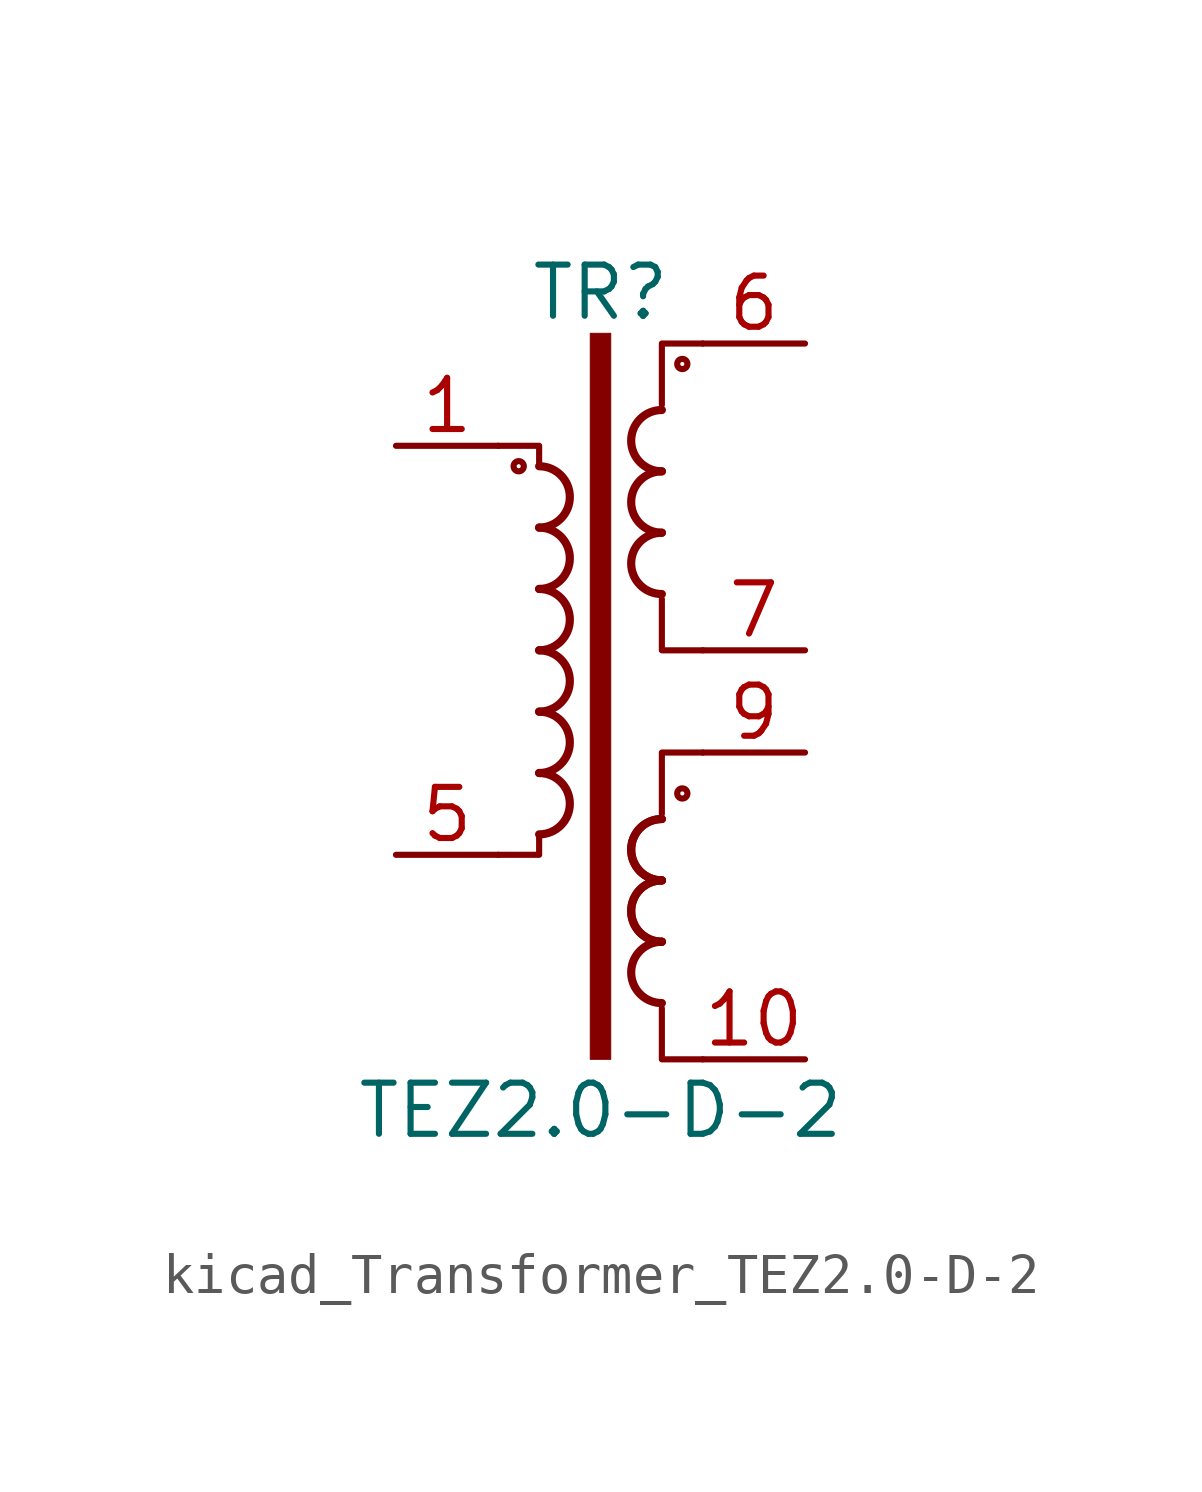
<source format=kicad_sym>
(kicad_symbol_lib
  (version 20220914)
  (generator kicad_symbol_editor)
  (symbol "kicad_Transformer_TEZ2.0-D-2"
    (pin_names
      (offset 0.025))
    (property "Reference" "TR"
      (at 0 8.89 0)
      (effects (font (size 1.27 1.27))))
    (property "Value" "TEZ2.0-D-2"
      (at 0 -11.43 0)
      (effects (font (size 1.27 1.27))))
    (symbol "kicad_Transformer_TEZ2.0-D-2_0_1"
      (circle (center -2.032 4.572) (radius 0.127) (stroke (width 0) (type default)) (fill (type none)))
      (arc (start -1.524 -4.572) (mid -0.7653 -3.81) (end -1.524 -3.048) (stroke (width 0.2032) (type default)) (fill (type none)))
      (arc (start -1.524 -3.048) (mid -0.7653 -2.286) (end -1.524 -1.524) (stroke (width 0.2032) (type default)) (fill (type none)))
      (arc (start -1.524 -1.524) (mid -0.7653 -0.762) (end -1.524 0) (stroke (width 0.2032) (type default)) (fill (type none)))
      (arc (start -1.524 0) (mid -0.7653 0.762) (end -1.524 1.524) (stroke (width 0.2032) (type default)) (fill (type none)))
      (arc (start -1.524 1.524) (mid -0.7653 2.286) (end -1.524 3.048) (stroke (width 0.2032) (type default)) (fill (type none)))
      (arc (start -1.524 3.048) (mid -0.7653 3.81) (end -1.524 4.572) (stroke (width 0.2032) (type default)) (fill (type none)))
      (rectangle (start -0.254 7.874) (end 0.254 -10.16) (stroke (width 0.025) (type default)) (fill (type outline)))
      (polyline (pts (xy -1.524 -4.572) (xy -1.524 -5.08) (xy -2.54 -5.08)) (stroke (width 0) (type default)) (fill (type none)))
      (polyline (pts (xy -1.524 4.572) (xy -1.524 5.08) (xy -2.54 5.08)) (stroke (width 0) (type default)) (fill (type none)))
      (polyline (pts (xy 1.524 -8.89) (xy 1.524 -10.16) (xy 2.54 -10.16)) (stroke (width 0) (type default)) (fill (type none)))
      (polyline (pts (xy 2.54 -2.54) (xy 1.524 -2.54) (xy 1.524 -4.064)) (stroke (width 0) (type default)) (fill (type none)))
      (polyline (pts (xy 2.54 0) (xy 1.524 0) (xy 1.524 1.27)) (stroke (width 0) (type default)) (fill (type none)))
      (polyline (pts (xy 2.54 7.62) (xy 1.524 7.62) (xy 1.524 6.096)) (stroke (width 0) (type default)) (fill (type none)))
      (arc (start 1.524 -7.239) (mid 0.7653 -8.001) (end 1.524 -8.763) (stroke (width 0.2032) (type default)) (fill (type none)))
      (arc (start 1.524 -5.715) (mid 0.7653 -6.477) (end 1.524 -7.239) (stroke (width 0.2032) (type default)) (fill (type none)))
      (arc (start 1.524 -5.715) (mid 0.7653 -6.477) (end 1.524 -7.239) (stroke (width 0.2032) (type default)) (fill (type none)))
      (arc (start 1.524 -4.191) (mid 0.7653 -4.953) (end 1.524 -5.715) (stroke (width 0.2032) (type default)) (fill (type none)))
      (arc (start 1.524 -4.191) (mid 0.7653 -4.953) (end 1.524 -5.715) (stroke (width 0.2032) (type default)) (fill (type none)))
      (arc (start 1.524 2.921) (mid 0.7653 2.159) (end 1.524 1.397) (stroke (width 0.2032) (type default)) (fill (type none)))
      (arc (start 1.524 4.445) (mid 0.7653 3.683) (end 1.524 2.921) (stroke (width 0.2032) (type default)) (fill (type none)))
      (arc (start 1.524 5.969) (mid 0.7653 5.207) (end 1.524 4.445) (stroke (width 0.2032) (type default)) (fill (type none)))
      (circle (center 2.032 -3.556) (radius 0.127) (stroke (width 0) (type default)) (fill (type none)))
      (circle (center 2.032 7.112) (radius 0.127) (stroke (width 0) (type default)) (fill (type none))))
    (symbol "kicad_Transformer_TEZ2.0-D-2_1_1"
      (pin passive line (at -5.08 5.08 0) (length 2.54) (name "~" (effects (font (size 1.27 1.27)))) (number "1" (effects (font (size 1.27 1.27)))))
      (pin passive line (at 5.08 -10.16 180) (length 2.54) (name "~" (effects (font (size 1.27 1.27)))) (number "10" (effects (font (size 1.27 1.27)))))
      (pin passive line (at -5.08 -5.08 0) (length 2.54) (name "~" (effects (font (size 1.27 1.27)))) (number "5" (effects (font (size 1.27 1.27)))))
      (pin passive line (at 5.08 7.62 180) (length 2.54) (name "~" (effects (font (size 1.27 1.27)))) (number "6" (effects (font (size 1.27 1.27)))))
      (pin passive line (at 5.08 0 180) (length 2.54) (name "~" (effects (font (size 1.27 1.27)))) (number "7" (effects (font (size 1.27 1.27)))))
      (pin passive line (at 5.08 -2.54 180) (length 2.54) (name "~" (effects (font (size 1.27 1.27)))) (number "9" (effects (font (size 1.27 1.27))))))))
</source>
